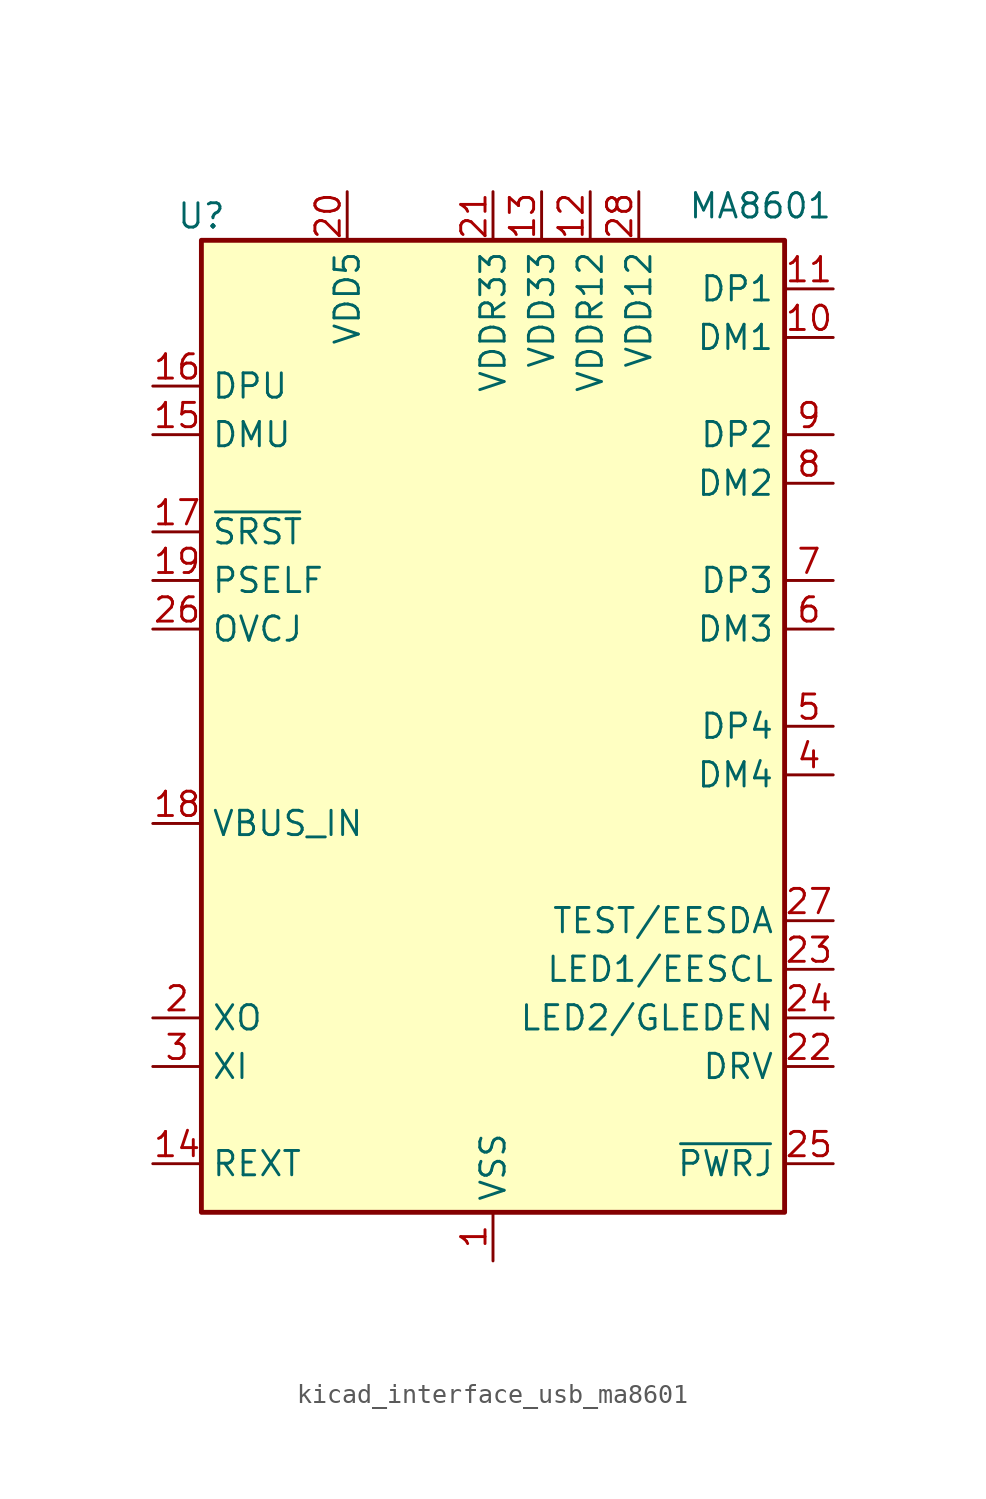
<source format=kicad_sym>
(kicad_symbol_lib
  (version 20220914)
  (generator kicad_symbol_editor)
  (symbol "kicad_interface_usb_ma8601"
    (property "Reference" "U"
      (at -15.24 26.67 0)
      (effects (font (size 1.27 1.27))))
    (property "Value" "MA8601"
      (at 13.97 27.94 0)
      (effects (font (size 1.27 1.27)) (justify top)))
    (symbol "kicad_interface_usb_ma8601_0_1"
      (rectangle (start -15.24 25.4) (end 15.24 -25.4) (stroke (width 0.254) (type default)) (fill (type background))))
    (symbol "kicad_interface_usb_ma8601_1_1"
      (pin power_in line (at 0 -27.94 90) (length 2.54) (name "VSS" (effects (font (size 1.27 1.27)))) (number "1" (effects (font (size 1.27 1.27)))))
      (pin bidirectional line (at 17.78 20.32 180) (length 2.54) (name "DM1" (effects (font (size 1.27 1.27)))) (number "10" (effects (font (size 1.27 1.27)))))
      (pin bidirectional line (at 17.78 22.86 180) (length 2.54) (name "DP1" (effects (font (size 1.27 1.27)))) (number "11" (effects (font (size 1.27 1.27)))))
      (pin power_out line (at 5.08 27.94 270) (length 2.54) (name "VDDR12" (effects (font (size 1.27 1.27)))) (number "12" (effects (font (size 1.27 1.27)))))
      (pin power_in line (at 2.54 27.94 270) (length 2.54) (name "VDD33" (effects (font (size 1.27 1.27)))) (number "13" (effects (font (size 1.27 1.27)))))
      (pin passive line (at -17.78 -22.86 0) (length 2.54) (name "REXT" (effects (font (size 1.27 1.27)))) (number "14" (effects (font (size 1.27 1.27)))))
      (pin bidirectional line (at -17.78 15.24 0) (length 2.54) (name "DMU" (effects (font (size 1.27 1.27)))) (number "15" (effects (font (size 1.27 1.27)))))
      (pin bidirectional line (at -17.78 17.78 0) (length 2.54) (name "DPU" (effects (font (size 1.27 1.27)))) (number "16" (effects (font (size 1.27 1.27)))))
      (pin input line (at -17.78 10.16 0) (length 2.54) (name "~{SRST}" (effects (font (size 1.27 1.27)))) (number "17" (effects (font (size 1.27 1.27)))))
      (pin input line (at -17.78 -5.08 0) (length 2.54) (name "VBUS_IN" (effects (font (size 1.27 1.27)))) (number "18" (effects (font (size 1.27 1.27)))))
      (pin input line (at -17.78 7.62 0) (length 2.54) (name "PSELF" (effects (font (size 1.27 1.27)))) (number "19" (effects (font (size 1.27 1.27)))))
      (pin output line (at -17.78 -15.24 0) (length 2.54) (name "XO" (effects (font (size 1.27 1.27)))) (number "2" (effects (font (size 1.27 1.27)))))
      (pin power_in line (at -7.62 27.94 270) (length 2.54) (name "VDD5" (effects (font (size 1.27 1.27)))) (number "20" (effects (font (size 1.27 1.27)))))
      (pin power_out line (at 0 27.94 270) (length 2.54) (name "VDDR33" (effects (font (size 1.27 1.27)))) (number "21" (effects (font (size 1.27 1.27)))))
      (pin bidirectional line (at 17.78 -17.78 180) (length 2.54) (name "DRV" (effects (font (size 1.27 1.27)))) (number "22" (effects (font (size 1.27 1.27)))))
      (pin bidirectional line (at 17.78 -12.7 180) (length 2.54) (name "LED1/EESCL" (effects (font (size 1.27 1.27)))) (number "23" (effects (font (size 1.27 1.27)))))
      (pin bidirectional line (at 17.78 -15.24 180) (length 2.54) (name "LED2/GLEDEN" (effects (font (size 1.27 1.27)))) (number "24" (effects (font (size 1.27 1.27)))))
      (pin output line (at 17.78 -22.86 180) (length 2.54) (name "~{PWRJ}" (effects (font (size 1.27 1.27)))) (number "25" (effects (font (size 1.27 1.27)))))
      (pin input line (at -17.78 5.08 0) (length 2.54) (name "OVCJ" (effects (font (size 1.27 1.27)))) (number "26" (effects (font (size 1.27 1.27)))))
      (pin bidirectional line (at 17.78 -10.16 180) (length 2.54) (name "TEST/EESDA" (effects (font (size 1.27 1.27)))) (number "27" (effects (font (size 1.27 1.27)))))
      (pin power_in line (at 7.62 27.94 270) (length 2.54) (name "VDD12" (effects (font (size 1.27 1.27)))) (number "28" (effects (font (size 1.27 1.27)))))
      (pin input line (at -17.78 -17.78 0) (length 2.54) (name "XI" (effects (font (size 1.27 1.27)))) (number "3" (effects (font (size 1.27 1.27)))))
      (pin bidirectional line (at 17.78 -2.54 180) (length 2.54) (name "DM4" (effects (font (size 1.27 1.27)))) (number "4" (effects (font (size 1.27 1.27)))))
      (pin bidirectional line (at 17.78 0 180) (length 2.54) (name "DP4" (effects (font (size 1.27 1.27)))) (number "5" (effects (font (size 1.27 1.27)))))
      (pin bidirectional line (at 17.78 5.08 180) (length 2.54) (name "DM3" (effects (font (size 1.27 1.27)))) (number "6" (effects (font (size 1.27 1.27)))))
      (pin bidirectional line (at 17.78 7.62 180) (length 2.54) (name "DP3" (effects (font (size 1.27 1.27)))) (number "7" (effects (font (size 1.27 1.27)))))
      (pin bidirectional line (at 17.78 12.7 180) (length 2.54) (name "DM2" (effects (font (size 1.27 1.27)))) (number "8" (effects (font (size 1.27 1.27)))))
      (pin bidirectional line (at 17.78 15.24 180) (length 2.54) (name "DP2" (effects (font (size 1.27 1.27)))) (number "9" (effects (font (size 1.27 1.27))))))))
</source>
